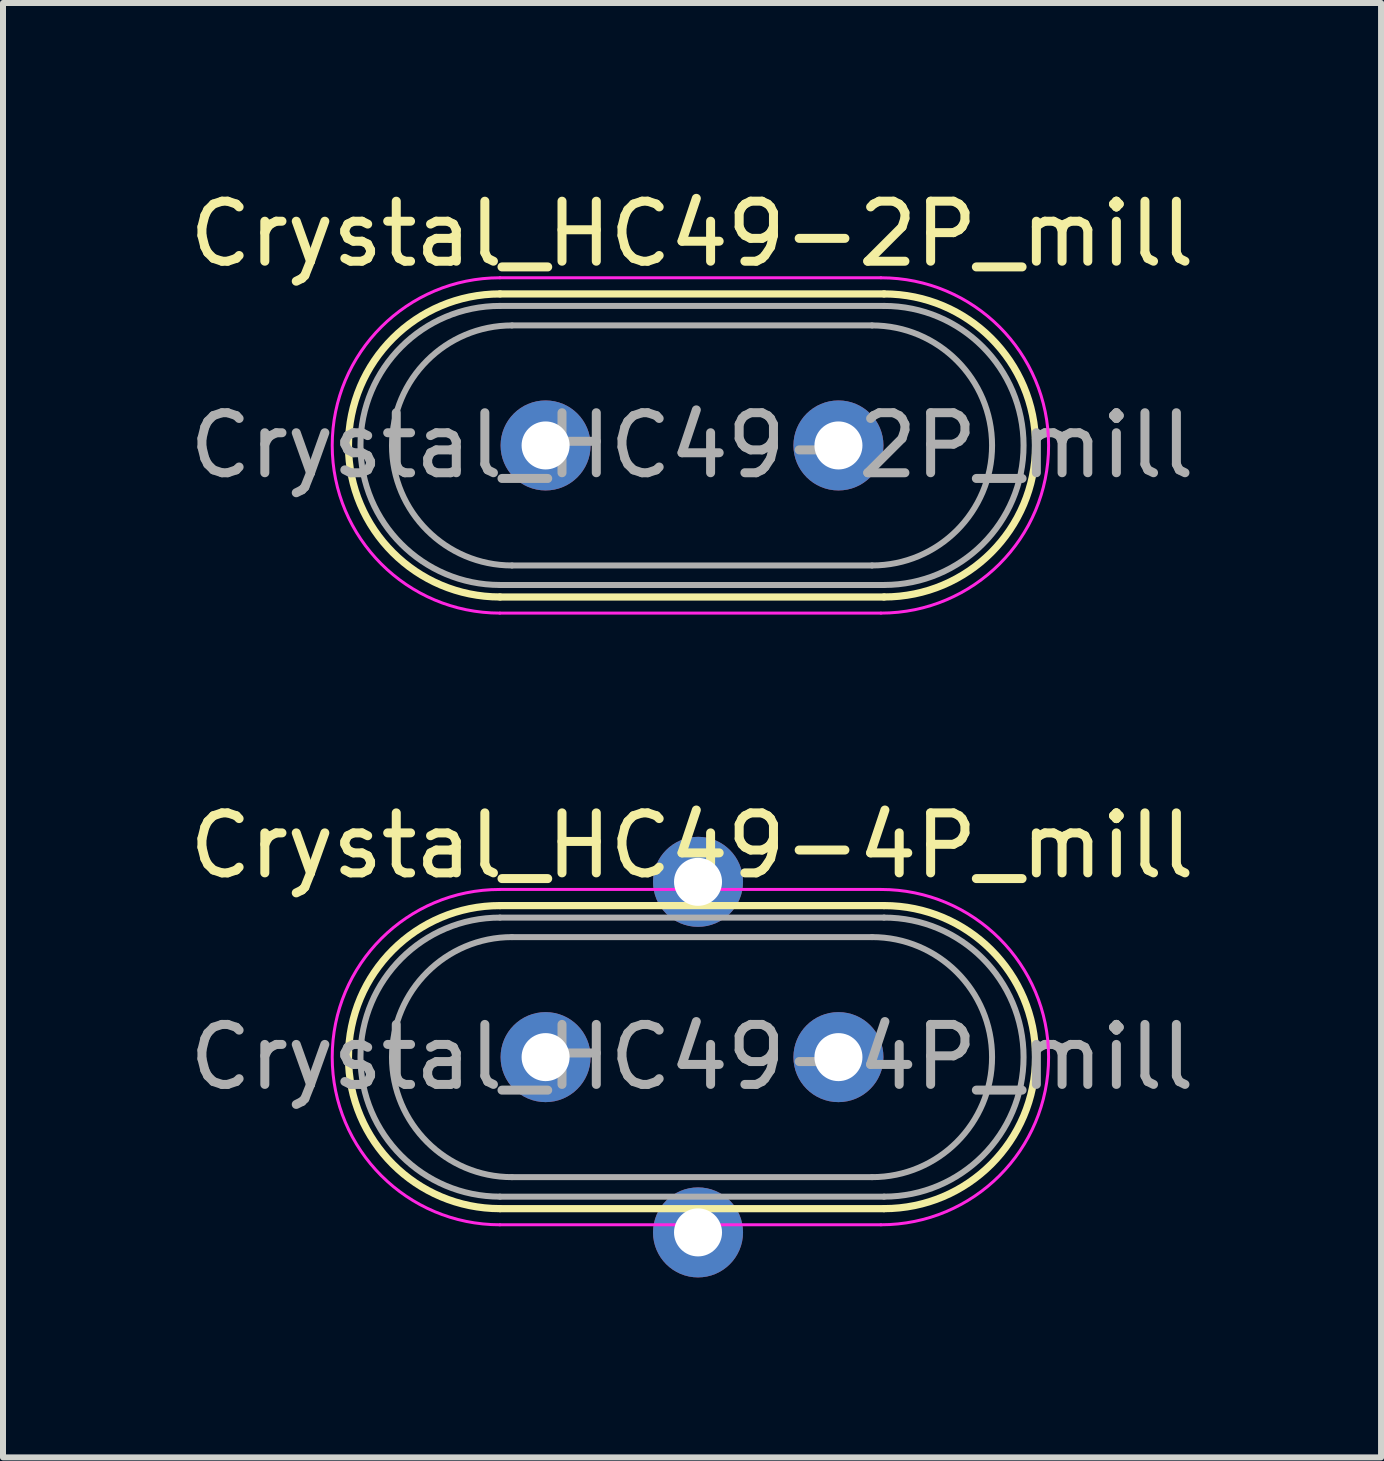
<source format=kicad_pcb>
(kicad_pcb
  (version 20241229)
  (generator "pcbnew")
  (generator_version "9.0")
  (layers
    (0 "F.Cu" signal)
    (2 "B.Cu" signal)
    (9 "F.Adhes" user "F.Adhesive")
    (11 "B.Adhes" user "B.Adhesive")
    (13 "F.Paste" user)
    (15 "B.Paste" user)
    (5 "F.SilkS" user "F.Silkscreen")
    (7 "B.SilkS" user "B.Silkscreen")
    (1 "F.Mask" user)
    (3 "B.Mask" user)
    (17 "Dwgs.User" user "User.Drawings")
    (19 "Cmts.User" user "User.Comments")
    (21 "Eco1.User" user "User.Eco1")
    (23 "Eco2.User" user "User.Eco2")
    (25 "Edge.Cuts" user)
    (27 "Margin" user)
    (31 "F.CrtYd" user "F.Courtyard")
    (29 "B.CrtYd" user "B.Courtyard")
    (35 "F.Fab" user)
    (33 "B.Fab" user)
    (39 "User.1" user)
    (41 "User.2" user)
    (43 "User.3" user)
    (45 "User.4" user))
  (footprint "Crystal_HC49-4P_mill"
    (layer "F.Cu")
    (at 6.042 14.566)
    (property "Reference" "Crystal_HC49-4P_mill" (at 2.44 -3.525 0) (layer "F.SilkS") (effects (font (size 1 1) (thickness 0.15))))
    (attr through_hole)
    (fp_line (start -0.76 -2.525) (end 5.64 -2.525) (stroke (width 0.12) (type solid)) (layer "F.SilkS"))
    (fp_line (start -0.76 2.525) (end 5.64 2.525) (stroke (width 0.12) (type solid)) (layer "F.SilkS"))
    (fp_arc (start -0.76 2.525) (mid -3.285 0) (end -0.76 -2.525) (stroke (width 0.12) (type solid)) (layer "F.SilkS"))
    (fp_arc (start 5.64 -2.525) (mid 8.165 0) (end 5.64 2.525) (stroke (width 0.12) (type solid)) (layer "F.SilkS"))
    (fp_line (start -0.762 2.794) (end 5.588 2.794) (stroke (width 0.05) (type solid)) (layer "F.CrtYd"))
    (fp_line (start 5.588 -2.794) (end -0.762 -2.794) (stroke (width 0.05) (type solid)) (layer "F.CrtYd"))
    (fp_arc (start -0.762 2.794) (mid -3.556 0) (end -0.762 -2.794) (stroke (width 0.05) (type solid)) (layer "F.CrtYd"))
    (fp_arc (start 5.588 -2.794) (mid 8.382 0) (end 5.588 2.794) (stroke (width 0.05) (type solid)) (layer "F.CrtYd"))
    (fp_line (start -0.76 -2.325) (end 5.64 -2.325) (stroke (width 0.1) (type solid)) (layer "F.Fab"))
    (fp_line (start -0.76 2.325) (end 5.64 2.325) (stroke (width 0.1) (type solid)) (layer "F.Fab"))
    (fp_line (start -0.56 -2) (end 5.44 -2) (stroke (width 0.1) (type solid)) (layer "F.Fab"))
    (fp_line (start -0.56 2) (end 5.44 2) (stroke (width 0.1) (type solid)) (layer "F.Fab"))
    (fp_arc (start -0.76 2.325) (mid -3.085 0) (end -0.76 -2.325) (stroke (width 0.1) (type solid)) (layer "F.Fab"))
    (fp_arc (start -0.56 2) (mid -2.56 0) (end -0.56 -2) (stroke (width 0.1) (type solid)) (layer "F.Fab"))
    (fp_arc (start 5.44 -2) (mid 7.44 0) (end 5.44 2) (stroke (width 0.1) (type solid)) (layer "F.Fab"))
    (fp_arc (start 5.64 -2.325) (mid 7.965 0) (end 5.64 2.325) (stroke (width 0.1) (type solid)) (layer "F.Fab"))
    (fp_text user "${REFERENCE}" (at 2.44 0 0) (layer "F.Fab") (effects (font (size 1 1) (thickness 0.15))))
    (pad "1" thru_hole circle (at 0 0) (size 1.5 1.5) (drill 0.8) (layers "*.Cu" "*.Mask"))
    (pad "2" thru_hole circle (at 4.88 0) (size 1.5 1.5) (drill 0.8) (layers "*.Cu" "*.Mask"))
    (pad "3" thru_hole circle (at 2.54 -2.921) (size 1.5 1.5) (drill 0.8) (layers "*.Cu" "*.Mask"))
    (pad "3" thru_hole circle (at 2.54 2.921) (size 1.5 1.5) (drill 0.8) (layers "*.Cu" "*.Mask")))
  (footprint "Crystal_HC49-2P_mill"
    (layer "F.Cu")
    (at 6.042 4.373)
    (property "Reference" "Crystal_HC49-2P_mill" (at 2.44 -3.525 0) (layer "F.SilkS") (effects (font (size 1 1) (thickness 0.15))))
    (attr through_hole)
    (fp_line (start -0.76 -2.525) (end 5.64 -2.525) (stroke (width 0.12) (type solid)) (layer "F.SilkS"))
    (fp_line (start -0.76 2.525) (end 5.64 2.525) (stroke (width 0.12) (type solid)) (layer "F.SilkS"))
    (fp_arc (start -0.76 2.525) (mid -3.285 0) (end -0.76 -2.525) (stroke (width 0.12) (type solid)) (layer "F.SilkS"))
    (fp_arc (start 5.64 -2.525) (mid 8.165 0) (end 5.64 2.525) (stroke (width 0.12) (type solid)) (layer "F.SilkS"))
    (fp_line (start -0.762 2.794) (end 5.588 2.794) (stroke (width 0.05) (type solid)) (layer "F.CrtYd"))
    (fp_line (start 5.588 -2.794) (end -0.762 -2.794) (stroke (width 0.05) (type solid)) (layer "F.CrtYd"))
    (fp_arc (start -0.762 2.794) (mid -3.556 0) (end -0.762 -2.794) (stroke (width 0.05) (type solid)) (layer "F.CrtYd"))
    (fp_arc (start 5.588 -2.794) (mid 8.382 0) (end 5.588 2.794) (stroke (width 0.05) (type solid)) (layer "F.CrtYd"))
    (fp_line (start -0.76 -2.325) (end 5.64 -2.325) (stroke (width 0.1) (type solid)) (layer "F.Fab"))
    (fp_line (start -0.76 2.325) (end 5.64 2.325) (stroke (width 0.1) (type solid)) (layer "F.Fab"))
    (fp_line (start -0.56 -2) (end 5.44 -2) (stroke (width 0.1) (type solid)) (layer "F.Fab"))
    (fp_line (start -0.56 2) (end 5.44 2) (stroke (width 0.1) (type solid)) (layer "F.Fab"))
    (fp_arc (start -0.76 2.325) (mid -3.085 0) (end -0.76 -2.325) (stroke (width 0.1) (type solid)) (layer "F.Fab"))
    (fp_arc (start -0.56 2) (mid -2.56 0) (end -0.56 -2) (stroke (width 0.1) (type solid)) (layer "F.Fab"))
    (fp_arc (start 5.44 -2) (mid 7.44 0) (end 5.44 2) (stroke (width 0.1) (type solid)) (layer "F.Fab"))
    (fp_arc (start 5.64 -2.325) (mid 7.965 0) (end 5.64 2.325) (stroke (width 0.1) (type solid)) (layer "F.Fab"))
    (fp_text user "${REFERENCE}" (at 2.44 0 0) (layer "F.Fab") (effects (font (size 1 1) (thickness 0.15))))
    (pad "1" thru_hole circle (at 0 0) (size 1.5 1.5) (drill 0.8) (layers "*.Cu" "*.Mask"))
    (pad "2" thru_hole circle (at 4.88 0) (size 1.5 1.5) (drill 0.8) (layers "*.Cu" "*.Mask")))
  (gr_rect
    (start -3 -3)
    (end 19.964 21.236)
    (stroke (width 0.1) (type default))
    (fill no)
    (layer "Edge.Cuts")))
</source>
